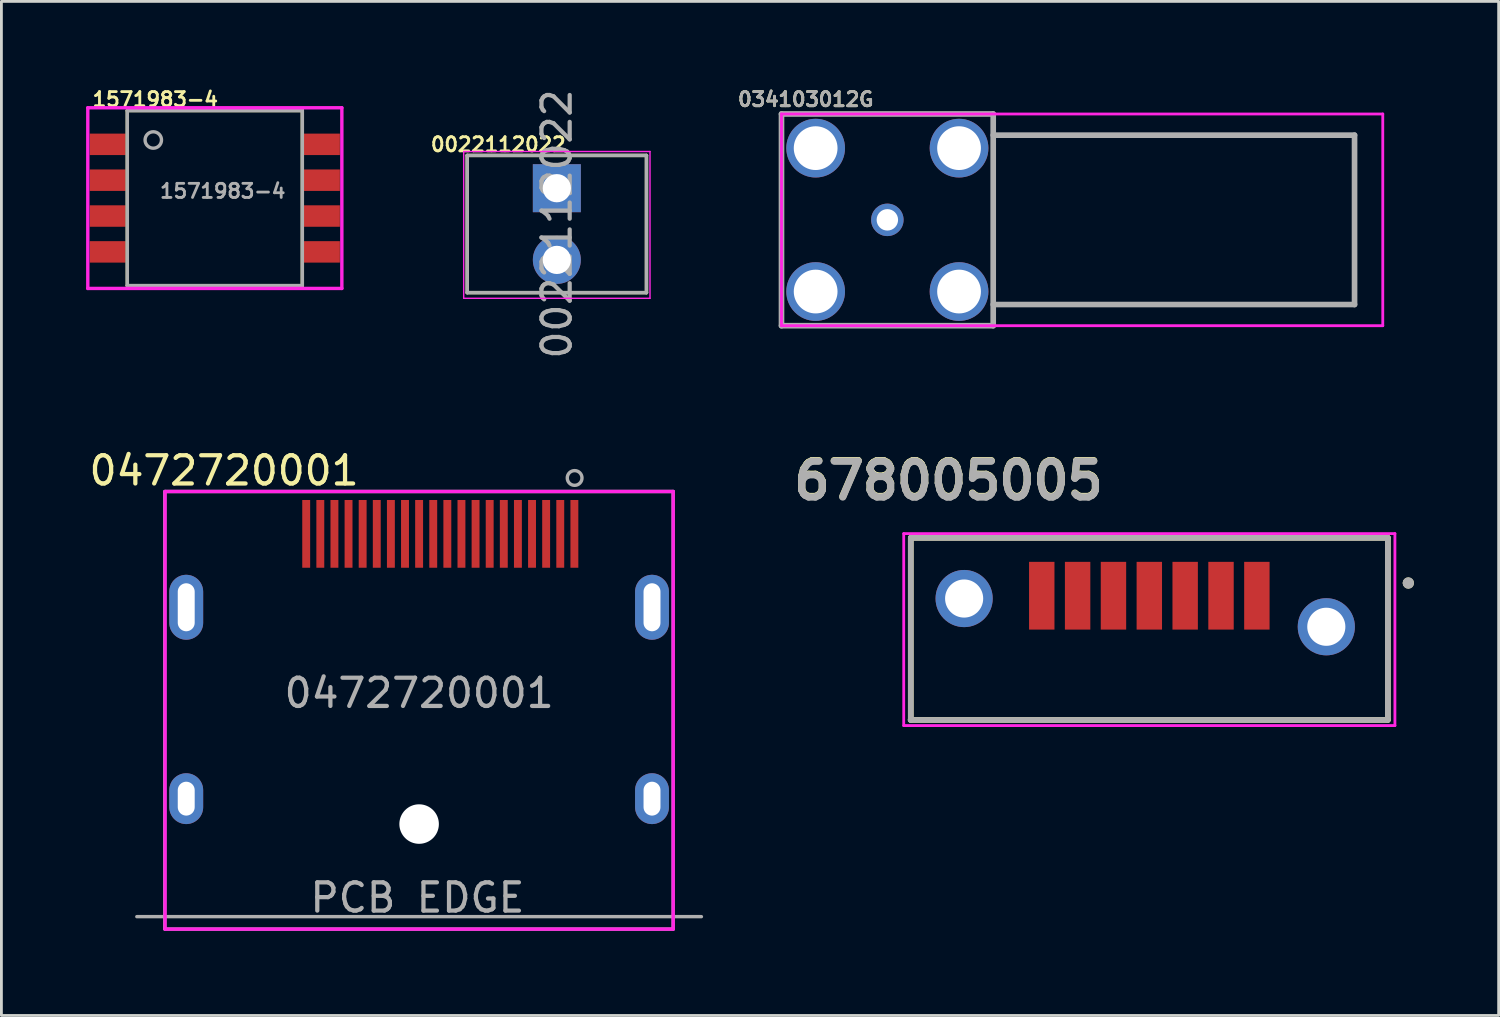
<source format=kicad_pcb>
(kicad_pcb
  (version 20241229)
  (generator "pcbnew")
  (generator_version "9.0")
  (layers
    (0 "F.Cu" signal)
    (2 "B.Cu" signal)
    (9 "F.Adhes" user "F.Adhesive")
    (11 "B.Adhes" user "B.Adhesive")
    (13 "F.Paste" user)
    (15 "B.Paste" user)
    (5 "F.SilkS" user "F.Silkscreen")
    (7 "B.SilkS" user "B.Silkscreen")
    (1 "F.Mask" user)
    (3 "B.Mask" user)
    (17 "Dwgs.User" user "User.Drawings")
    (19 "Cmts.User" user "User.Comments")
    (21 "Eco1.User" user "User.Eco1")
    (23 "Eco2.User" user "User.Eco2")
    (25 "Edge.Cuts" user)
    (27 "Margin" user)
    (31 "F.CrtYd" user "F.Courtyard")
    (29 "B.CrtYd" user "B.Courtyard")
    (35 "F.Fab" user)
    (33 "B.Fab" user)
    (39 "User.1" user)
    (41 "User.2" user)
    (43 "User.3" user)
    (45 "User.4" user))
  (footprint "0022112022"
    (layer "F.Cu")
    (at 16.676 3.617)
    (property "Reference" "0022112022" (at -2.075 -1.55 0) (layer "F.SilkS") (effects (font (size 0.5 0.5) (thickness 0.1))))
    (attr through_hole)
    (fp_line (start -3.175 -1.16) (end 3.175 -1.16) (stroke (width 0.12) (type solid)) (layer "F.SilkS"))
    (fp_line (start -3.175 3.7) (end -3.175 -1.16) (stroke (width 0.12) (type solid)) (layer "F.SilkS"))
    (fp_line (start -3.175 3.7) (end 3.175 3.7) (stroke (width 0.12) (type solid)) (layer "F.SilkS"))
    (fp_line (start 3.175 -1.16) (end 3.175 3.7) (stroke (width 0.12) (type solid)) (layer "F.SilkS"))
    (fp_line (start -3.3 -1.3) (end -3.3 3.9) (stroke (width 0.05) (type solid)) (layer "F.CrtYd"))
    (fp_line (start -3.3 3.9) (end 3.3 3.9) (stroke (width 0.05) (type solid)) (layer "F.CrtYd"))
    (fp_line (start 3.3 -1.3) (end -3.3 -1.3) (stroke (width 0.05) (type solid)) (layer "F.CrtYd"))
    (fp_line (start 3.3 3.9) (end 3.3 -1.3) (stroke (width 0.05) (type solid)) (layer "F.CrtYd"))
    (fp_line (start -3.175 -1.16) (end 3.175 -1.16) (stroke (width 0.12) (type solid)) (layer "F.Fab"))
    (fp_line (start -3.175 3.7) (end -3.175 -1.16) (stroke (width 0.12) (type solid)) (layer "F.Fab"))
    (fp_line (start -3.175 3.7) (end 3.175 3.7) (stroke (width 0.12) (type solid)) (layer "F.Fab"))
    (fp_line (start 3.175 -1.16) (end 3.175 3.7) (stroke (width 0.12) (type solid)) (layer "F.Fab"))
    (fp_text user "${REFERENCE}" (at 0 1.27 90) (layer "F.Fab") (effects (font (size 1 1) (thickness 0.15))))
    (pad "1" thru_hole rect (at 0 0) (size 1.7 1.7) (drill 1) (layers "*.Cu" "*.Mask"))
    (pad "2" thru_hole oval (at 0 2.54) (size 1.7 1.7) (drill 1) (layers "*.Cu" "*.Mask")))
  (footprint "034103012G"
    (layer "F.Cu")
    (at 28.384 4.738)
    (property "Reference" "034103012G" (at -2.89 -4.27 0) (layer "F.SilkS") (effects (font (size 0.5 0.5) (thickness 0.1))))
    (attr through_hole)
    (fp_line (start -3.75 -1.5) (end -3.75 1.5) (stroke (width 0.1) (type solid)) (layer "F.SilkS"))
    (fp_line (start -1.5 -3.75) (end 1.5 -3.75) (stroke (width 0.1) (type solid)) (layer "F.SilkS"))
    (fp_line (start -1.5 3.75) (end 1.5 3.75) (stroke (width 0.1) (type solid)) (layer "F.SilkS"))
    (fp_line (start 3.75 -1.5) (end 3.75 1.5) (stroke (width 0.1) (type solid)) (layer "F.SilkS"))
    (fp_line (start -3.75 -3.75) (end 17.55 -3.75) (stroke (width 0.1) (type solid)) (layer "F.CrtYd"))
    (fp_line (start -3.75 3.75) (end -3.75 -3.75) (stroke (width 0.1) (type solid)) (layer "F.CrtYd"))
    (fp_line (start 17.55 -3.75) (end 17.55 3.75) (stroke (width 0.1) (type solid)) (layer "F.CrtYd"))
    (fp_line (start 17.55 3.75) (end -3.75 3.75) (stroke (width 0.1) (type solid)) (layer "F.CrtYd"))
    (fp_line (start -3.75 -3.75) (end 3.75 -3.75) (stroke (width 0.2) (type solid)) (layer "F.Fab"))
    (fp_line (start -3.75 3.75) (end -3.75 -3.75) (stroke (width 0.2) (type solid)) (layer "F.Fab"))
    (fp_line (start 3.75 -3.75) (end 3.75 3.75) (stroke (width 0.2) (type solid)) (layer "F.Fab"))
    (fp_line (start 3.75 -3) (end 16.55 -3) (stroke (width 0.2) (type solid)) (layer "F.Fab"))
    (fp_line (start 3.75 3.75) (end -3.75 3.75) (stroke (width 0.2) (type solid)) (layer "F.Fab"))
    (fp_line (start 16.55 -3) (end 16.55 3) (stroke (width 0.2) (type solid)) (layer "F.Fab"))
    (fp_line (start 16.55 3) (end 3.75 3) (stroke (width 0.2) (type solid)) (layer "F.Fab"))
    (fp_text user "${REFERENCE}" (at -2.89 -4.27 0) (layer "F.Fab") (effects (font (size 0.5 0.5) (thickness 0.1))))
    (pad "1" thru_hole circle (at 0 0) (size 1.15 1.15) (drill 0.76) (layers "*.Cu" "*.Mask"))
    (pad "2" thru_hole circle (at -2.54 -2.54) (size 2.08 2.08) (drill 1.55) (layers "*.Cu" "*.Mask"))
    (pad "3" thru_hole circle (at -2.54 2.54) (size 2.08 2.08) (drill 1.55) (layers "*.Cu" "*.Mask"))
    (pad "4" thru_hole circle (at 2.54 2.54) (size 2.08 2.08) (drill 1.55) (layers "*.Cu" "*.Mask"))
    (pad "5" thru_hole circle (at 2.54 -2.54) (size 2.08 2.08) (drill 1.55) (layers "*.Cu" "*.Mask")))
  (footprint "678005005"
    (layer "F.Cu")
    (at 37.664 18.053)
    (property "Reference" "678005005" (at -7.11 -4.09 0) (layer "F.SilkS") (effects (font (size 1.27 1.27) (thickness 0.254))))
    (attr through_hole)
    (fp_line (start -8.45 -2.05) (end -8.45 4.4) (stroke (width 0.2) (type solid)) (layer "F.SilkS"))
    (fp_line (start -8.45 -2.05) (end 8.45 -2.05) (stroke (width 0.2) (type solid)) (layer "F.SilkS"))
    (fp_line (start 8.45 -2.05) (end 8.45 4.4) (stroke (width 0.2) (type solid)) (layer "F.SilkS"))
    (fp_line (start 8.45 4.4) (end -8.45 4.4) (stroke (width 0.2) (type solid)) (layer "F.SilkS"))
    (fp_circle (center 9.175 -0.45) (end 9.275 -0.45) (stroke (width 0.2) (type solid)) (fill no) (layer "F.SilkS"))
    (fp_line (start -8.7 -2.2) (end -8.7 4.6) (stroke (width 0.1) (type solid)) (layer "F.CrtYd"))
    (fp_line (start -8.7 -2.2) (end 8.7 -2.2) (stroke (width 0.1) (type solid)) (layer "F.CrtYd"))
    (fp_line (start 8.7 -2.2) (end 8.7 4.6) (stroke (width 0.1) (type solid)) (layer "F.CrtYd"))
    (fp_line (start 8.7 4.6) (end -8.7 4.6) (stroke (width 0.1) (type solid)) (layer "F.CrtYd"))
    (fp_line (start -8.45 -2.05) (end -8.45 4.4) (stroke (width 0.2) (type solid)) (layer "F.Fab"))
    (fp_line (start -8.45 -2.05) (end 8.45 -2.05) (stroke (width 0.2) (type solid)) (layer "F.Fab"))
    (fp_line (start 8.44 4.4) (end -8.46 4.4) (stroke (width 0.2) (type solid)) (layer "F.Fab"))
    (fp_line (start 8.45 -2.05) (end 8.45 4.4) (stroke (width 0.2) (type solid)) (layer "F.Fab"))
    (fp_circle (center 9.175 -0.45) (end 9.275 -0.45) (stroke (width 0.2) (type solid)) (fill no) (layer "F.Fab"))
    (fp_text user "${REFERENCE}" (at -7.11 -4.07 0) (layer "F.Fab") (effects (font (size 1.27 1.27) (thickness 0.254))))
    (pad "1" smd rect (at 3.81 0) (size 0.9 2.4) (layers "F.Cu" "F.Mask" "F.Paste"))
    (pad "2" smd rect (at 2.54 0) (size 0.9 2.4) (layers "F.Cu" "F.Mask" "F.Paste"))
    (pad "3" smd rect (at 1.27 0) (size 0.9 2.4) (layers "F.Cu" "F.Mask" "F.Paste"))
    (pad "4" smd rect (at 0 0) (size 0.9 2.4) (layers "F.Cu" "F.Mask" "F.Paste"))
    (pad "5" smd rect (at -1.27 0) (size 0.9 2.4) (layers "F.Cu" "F.Mask" "F.Paste"))
    (pad "6" smd rect (at -2.54 0) (size 0.9 2.4) (layers "F.Cu" "F.Mask" "F.Paste"))
    (pad "7" smd rect (at -3.81 0) (size 0.9 2.4) (layers "F.Cu" "F.Mask" "F.Paste"))
    (pad "MH1" thru_hole circle (at 6.27 1.1) (size 2.025 2.025) (drill 1.35) (layers "*.Cu" "*.Mask"))
    (pad "MH2" thru_hole circle (at -6.56 0.1) (size 2.025 2.025) (drill 1.35) (layers "*.Cu" "*.Mask")))
  (footprint "1571983-4"
    (layer "F.Cu")
    (at 4.56 3.968)
    (property "Reference" "1571983-4" (at -2.11 -3.5 0) (layer "F.SilkS") (effects (font (size 0.5 0.5) (thickness 0.1))))
    (attr through_hole)
    (fp_line (start -3.1 -3.1) (end -3.1 3.1) (stroke (width 0.12) (type solid)) (layer "F.SilkS"))
    (fp_line (start -3.1 3.1) (end 3.1 3.1) (stroke (width 0.12) (type solid)) (layer "F.SilkS"))
    (fp_line (start 3.1 -3.1) (end -3.1 -3.1) (stroke (width 0.12) (type solid)) (layer "F.SilkS"))
    (fp_line (start 3.1 3.1) (end 3.1 -3.1) (stroke (width 0.12) (type solid)) (layer "F.SilkS"))
    (fp_line (start -4.5 -3.2) (end 4.5 -3.2) (stroke (width 0.12) (type solid)) (layer "F.CrtYd"))
    (fp_line (start -4.5 3.2) (end -4.5 -3.2) (stroke (width 0.12) (type solid)) (layer "F.CrtYd"))
    (fp_line (start 4.5 -3.2) (end 4.5 3.2) (stroke (width 0.12) (type solid)) (layer "F.CrtYd"))
    (fp_line (start 4.5 3.2) (end -4.5 3.2) (stroke (width 0.12) (type solid)) (layer "F.CrtYd"))
    (fp_line (start -3.1 -3.1) (end -3.1 3.1) (stroke (width 0.12) (type solid)) (layer "F.Fab"))
    (fp_line (start -3.1 3.1) (end 3.1 3.1) (stroke (width 0.12) (type solid)) (layer "F.Fab"))
    (fp_line (start 3.1 -3.1) (end -3.1 -3.1) (stroke (width 0.12) (type solid)) (layer "F.Fab"))
    (fp_line (start 3.1 3.1) (end 3.1 -3.1) (stroke (width 0.12) (type solid)) (layer "F.Fab"))
    (fp_circle (center -2.18 -2.059) (end -1.889 -2.059) (stroke (width 0.12) (type solid)) (fill no) (layer "F.Fab"))
    (fp_text user "${REFERENCE}" (at 0.28 -0.25 0) (layer "F.Fab") (effects (font (size 0.5 0.5) (thickness 0.1))))
    (pad "1" smd rect (at -3.795 -1.905) (size 1.27 0.76) (layers "F.Cu" "F.Mask" "F.Paste"))
    (pad "2" smd rect (at -3.795 -0.635) (size 1.27 0.76) (layers "F.Cu" "F.Mask" "F.Paste"))
    (pad "3" smd rect (at -3.795 0.635) (size 1.27 0.76) (layers "F.Cu" "F.Mask" "F.Paste"))
    (pad "4" smd rect (at -3.795 1.905) (size 1.27 0.76) (layers "F.Cu" "F.Mask" "F.Paste"))
    (pad "5" smd rect (at 3.795 -1.905) (size 1.27 0.76) (layers "F.Cu" "F.Mask" "F.Paste"))
    (pad "6" smd rect (at 3.795 -0.635) (size 1.27 0.76) (layers "F.Cu" "F.Mask" "F.Paste"))
    (pad "7" smd rect (at 3.795 0.635) (size 1.27 0.76) (layers "F.Cu" "F.Mask" "F.Paste"))
    (pad "8" smd rect (at 3.795 1.905) (size 1.27 0.76) (layers "F.Cu" "F.Mask" "F.Paste")))
  (footprint "0472720001‎"
    (layer "F.Cu")
    (at 11.797 15.862)
    (property "Reference" "0472720001‎" (at -6.91 -2.24 0) (layer "F.SilkS") (effects (font (size 1 1) (thickness 0.15))))
    (attr through_hole)
    (fp_line (start -9 -1.5) (end 9 -1.5) (stroke (width 0.12) (type solid)) (layer "F.CrtYd"))
    (fp_line (start -9 14) (end -9 -1.5) (stroke (width 0.12) (type solid)) (layer "F.CrtYd"))
    (fp_line (start 9 -1.5) (end 9 14) (stroke (width 0.12) (type solid)) (layer "F.CrtYd"))
    (fp_line (start 9 14) (end -9 14) (stroke (width 0.12) (type solid)) (layer "F.CrtYd"))
    (fp_line (start -10 13.56) (end 10 13.56) (stroke (width 0.12) (type solid)) (layer "F.Fab"))
    (fp_line (start -9.01 14) (end -9.01 -1.5) (stroke (width 0.12) (type solid)) (layer "F.Fab"))
    (fp_line (start -9 -1.5) (end 9 -1.5) (stroke (width 0.12) (type solid)) (layer "F.Fab"))
    (fp_line (start 9 -1.5) (end 9 14) (stroke (width 0.12) (type solid)) (layer "F.Fab"))
    (fp_line (start 9 14) (end -9 14) (stroke (width 0.12) (type solid)) (layer "F.Fab"))
    (fp_circle (center 5.509 -1.98) (end 5.729 -1.84) (stroke (width 0.12) (type solid)) (fill no) (layer "F.Fab"))
    (fp_text user "${REFERENCE}" (at 0 5.64 0) (layer "F.Fab") (effects (font (size 1 1) (thickness 0.15))))
    (fp_text user "PCB EDGE" (at -0.06 12.89 0) (layer "F.Fab") (effects (font (size 1 1) (thickness 0.15))))
    (pad "" np_thru_hole circle (at 0 10.28) (size 1.4 1.4) (drill 1.4) (layers "*.Cu" "*.Mask"))
    (pad "1" smd rect (at 5.5 0) (size 0.28 2.4) (layers "F.Cu" "F.Mask" "F.Paste"))
    (pad "2" smd rect (at 5 0) (size 0.28 2.4) (layers "F.Cu" "F.Mask" "F.Paste"))
    (pad "3" smd rect (at 4.5 0) (size 0.28 2.4) (layers "F.Cu" "F.Mask" "F.Paste"))
    (pad "4" smd rect (at 4 0) (size 0.28 2.4) (layers "F.Cu" "F.Mask" "F.Paste"))
    (pad "5" smd rect (at 3.5 0) (size 0.28 2.4) (layers "F.Cu" "F.Mask" "F.Paste"))
    (pad "6" smd rect (at 3 0) (size 0.28 2.4) (layers "F.Cu" "F.Mask" "F.Paste"))
    (pad "7" smd rect (at 2.5 0) (size 0.28 2.4) (layers "F.Cu" "F.Mask" "F.Paste"))
    (pad "8" smd rect (at 2 0) (size 0.28 2.4) (layers "F.Cu" "F.Mask" "F.Paste"))
    (pad "9" smd rect (at 1.5 0) (size 0.28 2.4) (layers "F.Cu" "F.Mask" "F.Paste"))
    (pad "10" smd rect (at 1 0) (size 0.28 2.4) (layers "F.Cu" "F.Mask" "F.Paste"))
    (pad "11" smd rect (at 0.5 0) (size 0.28 2.4) (layers "F.Cu" "F.Mask" "F.Paste"))
    (pad "12" smd rect (at 0 0) (size 0.28 2.4) (layers "F.Cu" "F.Mask" "F.Paste"))
    (pad "13" smd rect (at -0.5 0) (size 0.28 2.4) (layers "F.Cu" "F.Mask" "F.Paste"))
    (pad "14" smd rect (at -1 0) (size 0.28 2.4) (layers "F.Cu" "F.Mask" "F.Paste"))
    (pad "15" smd rect (at -1.5 0) (size 0.28 2.4) (layers "F.Cu" "F.Mask" "F.Paste"))
    (pad "16" smd rect (at -2 0) (size 0.28 2.4) (layers "F.Cu" "F.Mask" "F.Paste"))
    (pad "17" smd rect (at -2.5 0) (size 0.28 2.4) (layers "F.Cu" "F.Mask" "F.Paste"))
    (pad "18" smd rect (at -3 0) (size 0.28 2.4) (layers "F.Cu" "F.Mask" "F.Paste"))
    (pad "19" smd rect (at -3.5 0) (size 0.28 2.4) (layers "F.Cu" "F.Mask" "F.Paste"))
    (pad "20" smd rect (at -4 0) (size 0.28 2.4) (layers "F.Cu" "F.Mask" "F.Paste"))
    (pad "21" thru_hole oval (at -8.25 2.6) (size 1.2 2.3) (drill oval 0.6 1.7) (layers "*.Cu" "*.Mask"))
    (pad "22" thru_hole oval (at 8.25 2.6) (size 1.2 2.3) (drill oval 0.6 1.7) (layers "*.Cu" "*.Mask"))
    (pad "23" thru_hole oval (at -8.25 9.38) (size 1.2 1.8) (drill oval 0.6 1.2) (layers "*.Cu" "*.Mask"))
    (pad "24" thru_hole oval (at 8.25 9.38) (size 1.2 1.8) (drill oval 0.6 1.2) (layers "*.Cu" "*.Mask")))
  (gr_rect
    (start -3 -3)
    (end 50.039 32.922)
    (stroke (width 0.1) (type default))
    (fill no)
    (layer "Edge.Cuts")))
</source>
